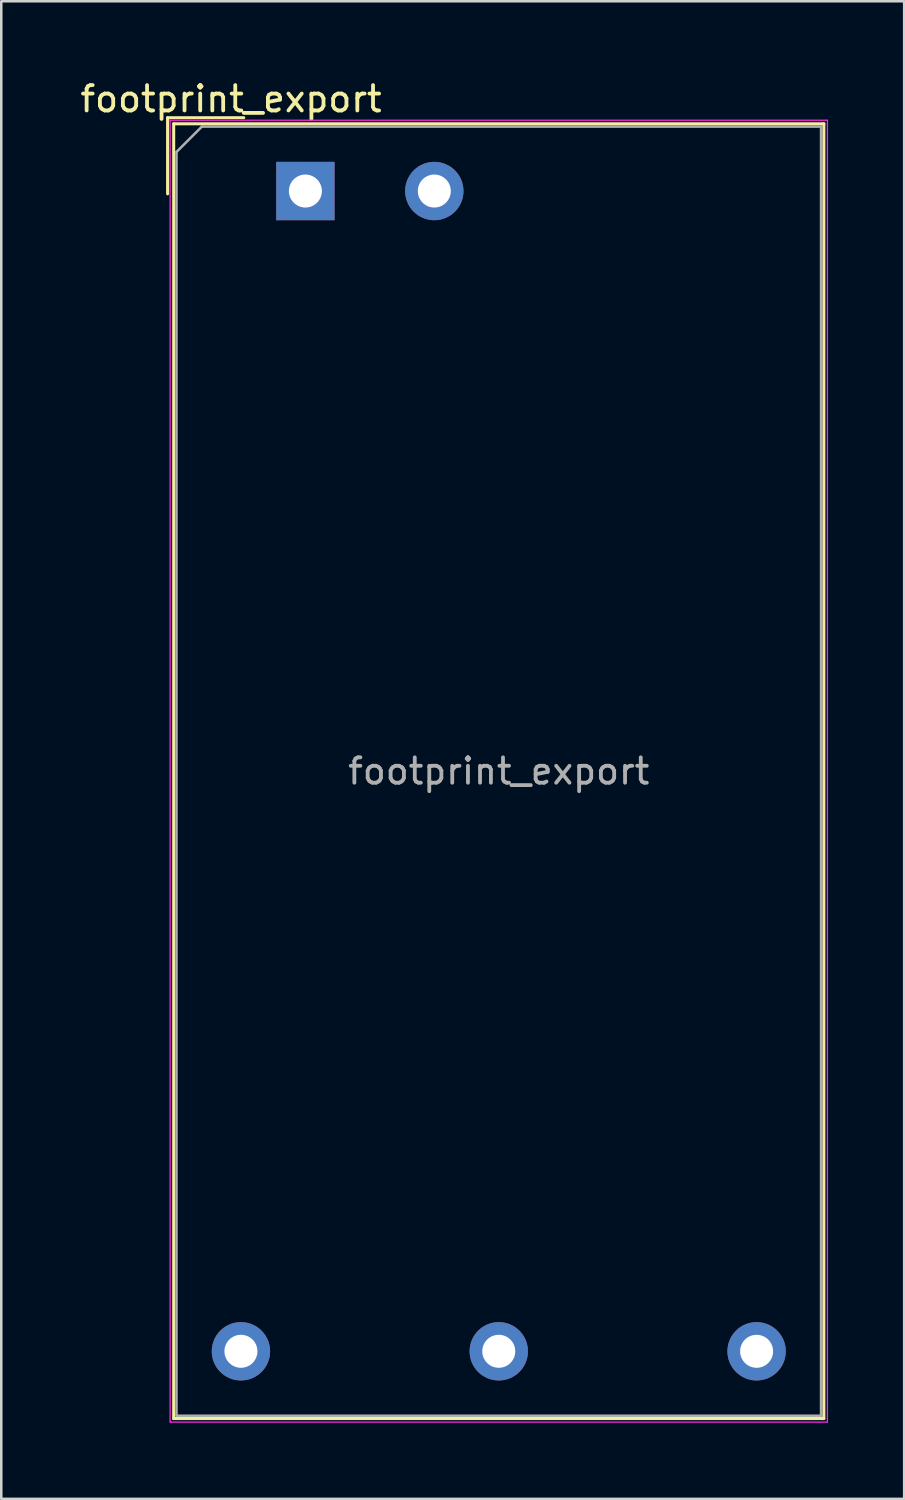
<source format=kicad_pcb>
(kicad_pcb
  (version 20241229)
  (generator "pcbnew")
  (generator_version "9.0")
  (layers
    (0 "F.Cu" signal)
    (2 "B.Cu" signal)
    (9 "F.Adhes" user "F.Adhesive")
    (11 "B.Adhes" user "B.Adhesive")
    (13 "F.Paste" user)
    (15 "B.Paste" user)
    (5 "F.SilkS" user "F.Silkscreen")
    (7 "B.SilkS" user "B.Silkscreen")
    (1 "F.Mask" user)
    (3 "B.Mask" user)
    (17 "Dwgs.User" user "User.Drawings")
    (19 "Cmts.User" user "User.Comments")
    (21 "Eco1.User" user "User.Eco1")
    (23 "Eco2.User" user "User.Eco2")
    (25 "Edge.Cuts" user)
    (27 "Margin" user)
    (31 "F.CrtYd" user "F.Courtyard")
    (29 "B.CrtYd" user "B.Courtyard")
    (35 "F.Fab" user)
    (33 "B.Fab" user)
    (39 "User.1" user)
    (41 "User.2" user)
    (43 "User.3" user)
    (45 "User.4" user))
  (footprint "footprint_export"
    (layer "F.Cu")
    (at 8.984 4.478)
    (property "Reference" "footprint_export" (at -2.93 -3.63 0) (layer "F.SilkS") (effects (font (size 1 1) (thickness 0.15))))
    (attr through_hole)
    (fp_line (start -5.43 -2.89) (end -2.43 -2.89) (stroke (width 0.12) (type solid)) (layer "F.SilkS"))
    (fp_line (start -5.43 0.11) (end -5.43 -2.89) (stroke (width 0.12) (type solid)) (layer "F.SilkS"))
    (fp_line (start -5.19 -2.65) (end -5.19 48.37) (stroke (width 0.12) (type solid)) (layer "F.SilkS"))
    (fp_line (start -5.19 -2.65) (end 20.43 -2.65) (stroke (width 0.12) (type solid)) (layer "F.SilkS"))
    (fp_line (start -5.19 48.37) (end 20.43 48.37) (stroke (width 0.12) (type solid)) (layer "F.SilkS"))
    (fp_line (start 20.43 -2.65) (end 20.43 48.37) (stroke (width 0.12) (type solid)) (layer "F.SilkS"))
    (fp_line (start -5.33 -2.79) (end -5.33 48.51) (stroke (width 0.05) (type solid)) (layer "F.CrtYd"))
    (fp_line (start -5.33 -2.79) (end 20.57 -2.79) (stroke (width 0.05) (type solid)) (layer "F.CrtYd"))
    (fp_line (start -5.33 48.51) (end 20.57 48.51) (stroke (width 0.05) (type solid)) (layer "F.CrtYd"))
    (fp_line (start 20.57 -2.79) (end 20.57 48.51) (stroke (width 0.05) (type solid)) (layer "F.CrtYd"))
    (fp_line (start -5.08 -1.54) (end -4.08 -2.54) (stroke (width 0.1) (type solid)) (layer "F.Fab"))
    (fp_line (start -5.08 48.26) (end -5.08 -1.54) (stroke (width 0.1) (type solid)) (layer "F.Fab"))
    (fp_line (start -4.08 -2.54) (end 20.32 -2.54) (stroke (width 0.1) (type solid)) (layer "F.Fab"))
    (fp_line (start 20.32 -2.54) (end 20.32 48.26) (stroke (width 0.1) (type solid)) (layer "F.Fab"))
    (fp_line (start 20.32 48.26) (end -5.08 48.26) (stroke (width 0.1) (type solid)) (layer "F.Fab"))
    (fp_text user "${REFERENCE}" (at 7.62 22.86 0) (layer "F.Fab") (effects (font (size 1 1) (thickness 0.15))))
    (pad "1" thru_hole rect (at 0 0) (size 2.3 2.3) (drill 1.3) (layers "*.Cu" "*.Mask"))
    (pad "2" thru_hole circle (at 5.08 0) (size 2.3 2.3) (drill 1.3) (layers "*.Cu" "*.Mask"))
    (pad "3" thru_hole circle (at -2.54 45.72) (size 2.3 2.3) (drill 1.3) (layers "*.Cu" "*.Mask"))
    (pad "4" thru_hole circle (at 7.62 45.72) (size 2.3 2.3) (drill 1.3) (layers "*.Cu" "*.Mask"))
    (pad "5" thru_hole circle (at 17.78 45.72) (size 2.3 2.3) (drill 1.3) (layers "*.Cu" "*.Mask")))
  (gr_rect
    (start -3 -3)
    (end 32.579 56.013)
    (stroke (width 0.1) (type default))
    (fill no)
    (layer "Edge.Cuts")))
</source>
